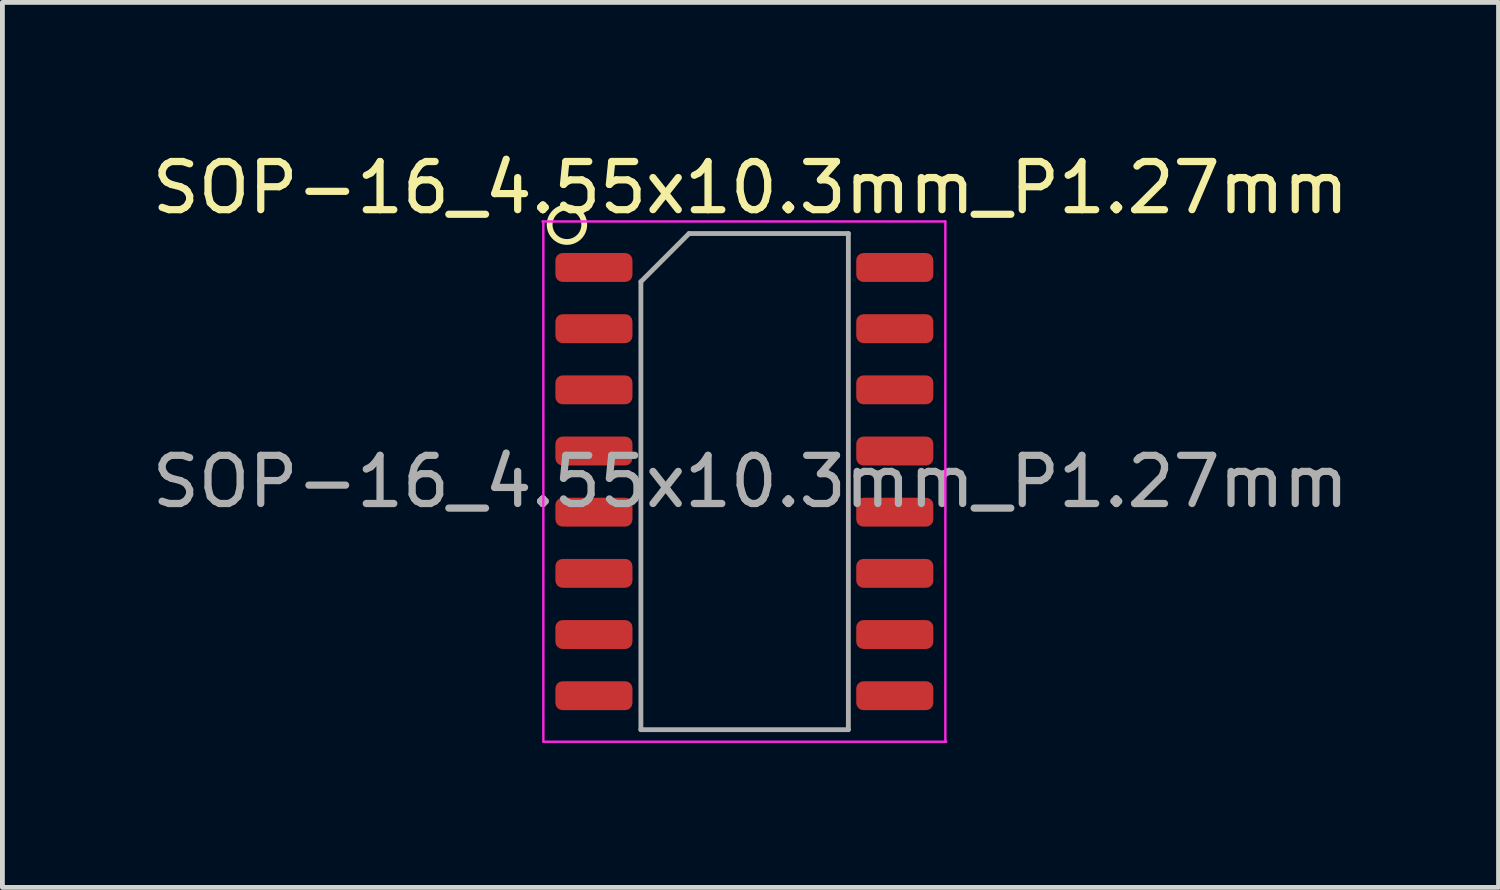
<source format=kicad_pcb>
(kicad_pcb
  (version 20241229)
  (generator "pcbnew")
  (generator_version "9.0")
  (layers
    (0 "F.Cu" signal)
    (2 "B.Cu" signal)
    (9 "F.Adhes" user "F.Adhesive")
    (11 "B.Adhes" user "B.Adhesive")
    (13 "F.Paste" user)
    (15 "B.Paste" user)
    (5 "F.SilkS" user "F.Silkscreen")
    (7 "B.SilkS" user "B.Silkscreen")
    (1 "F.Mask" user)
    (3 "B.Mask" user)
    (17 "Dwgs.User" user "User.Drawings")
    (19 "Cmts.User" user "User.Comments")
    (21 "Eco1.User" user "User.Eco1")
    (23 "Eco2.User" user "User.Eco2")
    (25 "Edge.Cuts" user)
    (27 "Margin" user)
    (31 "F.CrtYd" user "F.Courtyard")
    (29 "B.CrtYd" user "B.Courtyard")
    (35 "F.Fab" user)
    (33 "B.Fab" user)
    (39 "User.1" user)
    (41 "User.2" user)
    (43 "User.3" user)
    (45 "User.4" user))
  (footprint "SOP-16_4.55x10.3mm_P1.27mm"
    (layer "F.Cu")
    (at 12.53 6.948)
    (property "Reference" "SOP-16_4.55x10.3mm_P1.27mm" (at 0 -6.1 0) (layer "F.SilkS") (effects (font (size 1 1) (thickness 0.15))))
    (attr smd)
    (fp_circle (center -3.81 -5.334) (end -3.556 -5.08) (stroke (width 0.12) (type solid)) (fill no) (layer "F.SilkS"))
    (fp_line (start -4.3 -5.4) (end -4.3 5.4) (stroke (width 0.05) (type solid)) (layer "F.CrtYd"))
    (fp_line (start -4.3 5.4) (end 4.064 5.4) (stroke (width 0.05) (type solid)) (layer "F.CrtYd"))
    (fp_line (start 4.046 -5.4) (end -4.318 -5.4) (stroke (width 0.05) (type solid)) (layer "F.CrtYd"))
    (fp_line (start 4.046 5.4) (end 4.046 -5.4) (stroke (width 0.05) (type solid)) (layer "F.CrtYd"))
    (fp_line (start -2.275 -4.15) (end -1.275 -5.15) (stroke (width 0.1) (type solid)) (layer "F.Fab"))
    (fp_line (start -2.275 5.15) (end -2.275 -4.15) (stroke (width 0.1) (type solid)) (layer "F.Fab"))
    (fp_line (start -1.275 -5.15) (end 2.032 -5.15) (stroke (width 0.1) (type solid)) (layer "F.Fab"))
    (fp_line (start 2.032 -5.15) (end 2.032 5.15) (stroke (width 0.1) (type solid)) (layer "F.Fab"))
    (fp_line (start 2.032 5.15) (end -2.275 5.15) (stroke (width 0.1) (type solid)) (layer "F.Fab"))
    (fp_text user "${REFERENCE}" (at 0 0 0) (layer "F.Fab") (effects (font (size 1 1) (thickness 0.15))))
    (pad "1" smd roundrect (at -3.25 -4.445) (size 1.6 0.6) (layers "F.Cu" "F.Mask" "F.Paste") (roundrect_rratio 0.25))
    (pad "2" smd roundrect (at -3.25 -3.175) (size 1.6 0.6) (layers "F.Cu" "F.Mask" "F.Paste") (roundrect_rratio 0.25))
    (pad "3" smd roundrect (at -3.25 -1.905) (size 1.6 0.6) (layers "F.Cu" "F.Mask" "F.Paste") (roundrect_rratio 0.25))
    (pad "4" smd roundrect (at -3.25 -0.635) (size 1.6 0.6) (layers "F.Cu" "F.Mask" "F.Paste") (roundrect_rratio 0.25))
    (pad "5" smd roundrect (at -3.25 0.635) (size 1.6 0.6) (layers "F.Cu" "F.Mask" "F.Paste") (roundrect_rratio 0.25))
    (pad "6" smd roundrect (at -3.25 1.905) (size 1.6 0.6) (layers "F.Cu" "F.Mask" "F.Paste") (roundrect_rratio 0.25))
    (pad "7" smd roundrect (at -3.25 3.175) (size 1.6 0.6) (layers "F.Cu" "F.Mask" "F.Paste") (roundrect_rratio 0.25))
    (pad "8" smd roundrect (at -3.25 4.445) (size 1.6 0.6) (layers "F.Cu" "F.Mask" "F.Paste") (roundrect_rratio 0.25))
    (pad "9" smd roundrect (at 2.996 4.445) (size 1.6 0.6) (layers "F.Cu" "F.Mask" "F.Paste") (roundrect_rratio 0.25))
    (pad "10" smd roundrect (at 2.996 3.175) (size 1.6 0.6) (layers "F.Cu" "F.Mask" "F.Paste") (roundrect_rratio 0.25))
    (pad "11" smd roundrect (at 2.996 1.905) (size 1.6 0.6) (layers "F.Cu" "F.Mask" "F.Paste") (roundrect_rratio 0.25))
    (pad "12" smd roundrect (at 2.996 0.635) (size 1.6 0.6) (layers "F.Cu" "F.Mask" "F.Paste") (roundrect_rratio 0.25))
    (pad "13" smd roundrect (at 2.996 -0.635) (size 1.6 0.6) (layers "F.Cu" "F.Mask" "F.Paste") (roundrect_rratio 0.25))
    (pad "14" smd roundrect (at 2.996 -1.905) (size 1.6 0.6) (layers "F.Cu" "F.Mask" "F.Paste") (roundrect_rratio 0.25))
    (pad "15" smd roundrect (at 2.996 -3.175) (size 1.6 0.6) (layers "F.Cu" "F.Mask" "F.Paste") (roundrect_rratio 0.25))
    (pad "16" smd roundrect (at 2.996 -4.445) (size 1.6 0.6) (layers "F.Cu" "F.Mask" "F.Paste") (roundrect_rratio 0.25)))
  (gr_rect
    (start -3 -3)
    (end 28.06 15.373)
    (stroke (width 0.1) (type default))
    (fill no)
    (layer "Edge.Cuts")))
</source>
